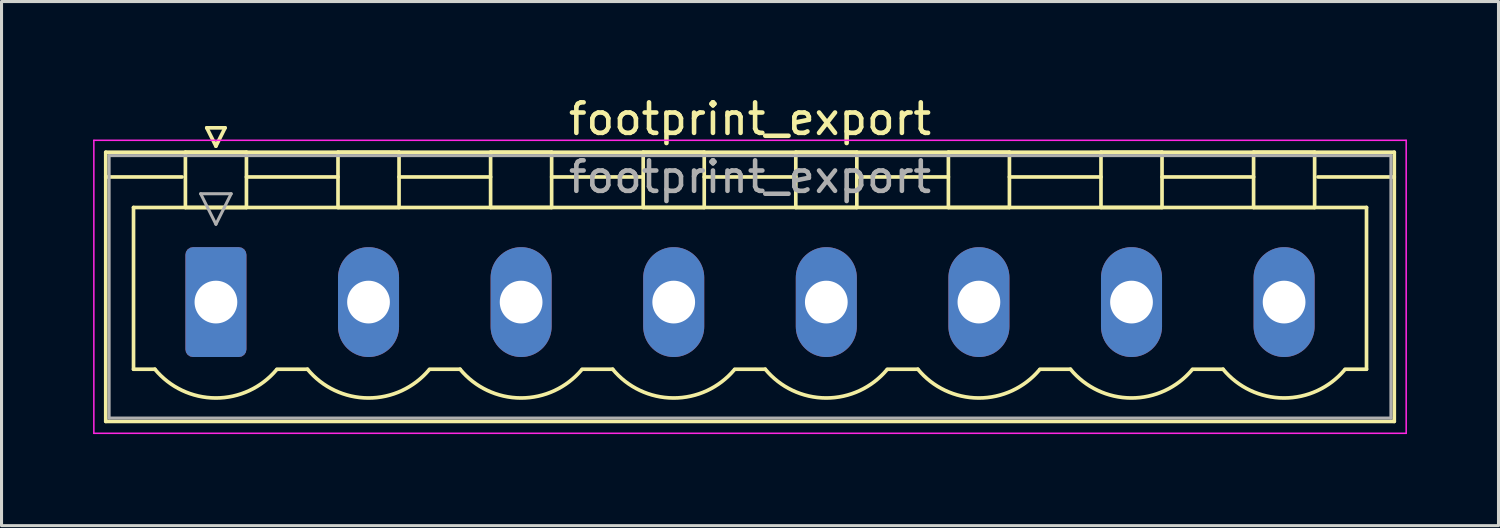
<source format=kicad_pcb>
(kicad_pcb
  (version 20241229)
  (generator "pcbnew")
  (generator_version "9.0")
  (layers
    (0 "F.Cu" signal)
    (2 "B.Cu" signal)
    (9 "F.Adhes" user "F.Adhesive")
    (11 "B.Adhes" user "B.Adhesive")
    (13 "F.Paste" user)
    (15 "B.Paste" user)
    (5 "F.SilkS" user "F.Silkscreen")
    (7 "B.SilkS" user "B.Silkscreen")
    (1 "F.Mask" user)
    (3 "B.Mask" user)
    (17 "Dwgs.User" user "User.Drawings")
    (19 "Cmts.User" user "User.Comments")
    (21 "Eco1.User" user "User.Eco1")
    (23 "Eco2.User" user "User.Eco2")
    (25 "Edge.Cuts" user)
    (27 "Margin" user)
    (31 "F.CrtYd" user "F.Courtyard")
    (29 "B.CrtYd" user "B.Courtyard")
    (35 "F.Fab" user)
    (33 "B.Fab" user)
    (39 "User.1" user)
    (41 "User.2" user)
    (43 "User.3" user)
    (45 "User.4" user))
  (footprint "footprint_export"
    (layer "F.Cu")
    (at 4.025 6.848)
    (property "Reference" "footprint_export" (at 17.5 -6 0) (layer "F.SilkS") (effects (font (size 1 1) (thickness 0.15))))
    (attr through_hole)
    (fp_line (start -3.61 -4.91) (end -3.61 3.91) (stroke (width 0.12) (type solid)) (layer "F.SilkS"))
    (fp_line (start -3.61 -4.1) (end -1.11 -4.1) (stroke (width 0.12) (type solid)) (layer "F.SilkS"))
    (fp_line (start -3.61 3.91) (end 38.61 3.91) (stroke (width 0.12) (type solid)) (layer "F.SilkS"))
    (fp_line (start -2.7 -3.1) (end 37.7 -3.1) (stroke (width 0.12) (type solid)) (layer "F.SilkS"))
    (fp_line (start -2.7 2.2) (end -2.7 -3.1) (stroke (width 0.12) (type solid)) (layer "F.SilkS"))
    (fp_line (start -2 2.2) (end -2.7 2.2) (stroke (width 0.12) (type solid)) (layer "F.SilkS"))
    (fp_line (start -1 -4.91) (end 1 -4.91) (stroke (width 0.12) (type solid)) (layer "F.SilkS"))
    (fp_line (start -1 -3.1) (end -1 -4.91) (stroke (width 0.12) (type solid)) (layer "F.SilkS"))
    (fp_line (start -0.3 -5.71) (end 0.3 -5.71) (stroke (width 0.12) (type solid)) (layer "F.SilkS"))
    (fp_line (start 0 -5.11) (end -0.3 -5.71) (stroke (width 0.12) (type solid)) (layer "F.SilkS"))
    (fp_line (start 0.3 -5.71) (end 0 -5.11) (stroke (width 0.12) (type solid)) (layer "F.SilkS"))
    (fp_line (start 1 -4.91) (end 1 -3.1) (stroke (width 0.12) (type solid)) (layer "F.SilkS"))
    (fp_line (start 1 -4.1) (end 4 -4.1) (stroke (width 0.12) (type solid)) (layer "F.SilkS"))
    (fp_line (start 1 -3.1) (end -1 -3.1) (stroke (width 0.12) (type solid)) (layer "F.SilkS"))
    (fp_line (start 2 2.2) (end 3 2.2) (stroke (width 0.12) (type solid)) (layer "F.SilkS"))
    (fp_line (start 4 -4.91) (end 6 -4.91) (stroke (width 0.12) (type solid)) (layer "F.SilkS"))
    (fp_line (start 4 -3.1) (end 4 -4.91) (stroke (width 0.12) (type solid)) (layer "F.SilkS"))
    (fp_line (start 6 -4.91) (end 6 -3.1) (stroke (width 0.12) (type solid)) (layer "F.SilkS"))
    (fp_line (start 6 -4.1) (end 9 -4.1) (stroke (width 0.12) (type solid)) (layer "F.SilkS"))
    (fp_line (start 6 -3.1) (end 4 -3.1) (stroke (width 0.12) (type solid)) (layer "F.SilkS"))
    (fp_line (start 7 2.2) (end 8 2.2) (stroke (width 0.12) (type solid)) (layer "F.SilkS"))
    (fp_line (start 9 -4.91) (end 11 -4.91) (stroke (width 0.12) (type solid)) (layer "F.SilkS"))
    (fp_line (start 9 -3.1) (end 9 -4.91) (stroke (width 0.12) (type solid)) (layer "F.SilkS"))
    (fp_line (start 11 -4.91) (end 11 -3.1) (stroke (width 0.12) (type solid)) (layer "F.SilkS"))
    (fp_line (start 11 -4.1) (end 14 -4.1) (stroke (width 0.12) (type solid)) (layer "F.SilkS"))
    (fp_line (start 11 -3.1) (end 9 -3.1) (stroke (width 0.12) (type solid)) (layer "F.SilkS"))
    (fp_line (start 12 2.2) (end 13 2.2) (stroke (width 0.12) (type solid)) (layer "F.SilkS"))
    (fp_line (start 14 -4.91) (end 16 -4.91) (stroke (width 0.12) (type solid)) (layer "F.SilkS"))
    (fp_line (start 14 -3.1) (end 14 -4.91) (stroke (width 0.12) (type solid)) (layer "F.SilkS"))
    (fp_line (start 16 -4.91) (end 16 -3.1) (stroke (width 0.12) (type solid)) (layer "F.SilkS"))
    (fp_line (start 16 -4.1) (end 19 -4.1) (stroke (width 0.12) (type solid)) (layer "F.SilkS"))
    (fp_line (start 16 -3.1) (end 14 -3.1) (stroke (width 0.12) (type solid)) (layer "F.SilkS"))
    (fp_line (start 17 2.2) (end 18 2.2) (stroke (width 0.12) (type solid)) (layer "F.SilkS"))
    (fp_line (start 19 -4.91) (end 21 -4.91) (stroke (width 0.12) (type solid)) (layer "F.SilkS"))
    (fp_line (start 19 -3.1) (end 19 -4.91) (stroke (width 0.12) (type solid)) (layer "F.SilkS"))
    (fp_line (start 21 -4.91) (end 21 -3.1) (stroke (width 0.12) (type solid)) (layer "F.SilkS"))
    (fp_line (start 21 -4.1) (end 24 -4.1) (stroke (width 0.12) (type solid)) (layer "F.SilkS"))
    (fp_line (start 21 -3.1) (end 19 -3.1) (stroke (width 0.12) (type solid)) (layer "F.SilkS"))
    (fp_line (start 22 2.2) (end 23 2.2) (stroke (width 0.12) (type solid)) (layer "F.SilkS"))
    (fp_line (start 24 -4.91) (end 26 -4.91) (stroke (width 0.12) (type solid)) (layer "F.SilkS"))
    (fp_line (start 24 -3.1) (end 24 -4.91) (stroke (width 0.12) (type solid)) (layer "F.SilkS"))
    (fp_line (start 26 -4.91) (end 26 -3.1) (stroke (width 0.12) (type solid)) (layer "F.SilkS"))
    (fp_line (start 26 -4.1) (end 29 -4.1) (stroke (width 0.12) (type solid)) (layer "F.SilkS"))
    (fp_line (start 26 -3.1) (end 24 -3.1) (stroke (width 0.12) (type solid)) (layer "F.SilkS"))
    (fp_line (start 27 2.2) (end 28 2.2) (stroke (width 0.12) (type solid)) (layer "F.SilkS"))
    (fp_line (start 29 -4.91) (end 31 -4.91) (stroke (width 0.12) (type solid)) (layer "F.SilkS"))
    (fp_line (start 29 -3.1) (end 29 -4.91) (stroke (width 0.12) (type solid)) (layer "F.SilkS"))
    (fp_line (start 31 -4.91) (end 31 -3.1) (stroke (width 0.12) (type solid)) (layer "F.SilkS"))
    (fp_line (start 31 -4.1) (end 34 -4.1) (stroke (width 0.12) (type solid)) (layer "F.SilkS"))
    (fp_line (start 31 -3.1) (end 29 -3.1) (stroke (width 0.12) (type solid)) (layer "F.SilkS"))
    (fp_line (start 32 2.2) (end 33 2.2) (stroke (width 0.12) (type solid)) (layer "F.SilkS"))
    (fp_line (start 34 -4.91) (end 36 -4.91) (stroke (width 0.12) (type solid)) (layer "F.SilkS"))
    (fp_line (start 34 -3.1) (end 34 -4.91) (stroke (width 0.12) (type solid)) (layer "F.SilkS"))
    (fp_line (start 36 -4.91) (end 36 -3.1) (stroke (width 0.12) (type solid)) (layer "F.SilkS"))
    (fp_line (start 36 -3.1) (end 34 -3.1) (stroke (width 0.12) (type solid)) (layer "F.SilkS"))
    (fp_line (start 37.7 -3.1) (end 37.7 2.2) (stroke (width 0.12) (type solid)) (layer "F.SilkS"))
    (fp_line (start 37.7 2.2) (end 37 2.2) (stroke (width 0.12) (type solid)) (layer "F.SilkS"))
    (fp_line (start 38.61 -4.91) (end -3.61 -4.91) (stroke (width 0.12) (type solid)) (layer "F.SilkS"))
    (fp_line (start 38.61 -4.1) (end 36.11 -4.1) (stroke (width 0.12) (type solid)) (layer "F.SilkS"))
    (fp_line (start 38.61 3.91) (end 38.61 -4.91) (stroke (width 0.12) (type solid)) (layer "F.SilkS"))
    (fp_arc (start 1.986842 2.215821) (mid -0.010289 3.142758) (end -2 2.2) (stroke (width 0.12) (type solid)) (layer "F.SilkS"))
    (fp_arc (start 6.986842 2.215821) (mid 4.989711 3.142758) (end 3 2.2) (stroke (width 0.12) (type solid)) (layer "F.SilkS"))
    (fp_arc (start 11.986842 2.215821) (mid 9.989711 3.142758) (end 8 2.2) (stroke (width 0.12) (type solid)) (layer "F.SilkS"))
    (fp_arc (start 16.986842 2.215821) (mid 14.989711 3.142758) (end 13 2.2) (stroke (width 0.12) (type solid)) (layer "F.SilkS"))
    (fp_arc (start 21.986842 2.215821) (mid 19.989711 3.142758) (end 18 2.2) (stroke (width 0.12) (type solid)) (layer "F.SilkS"))
    (fp_arc (start 26.986842 2.215821) (mid 24.989711 3.142758) (end 23 2.2) (stroke (width 0.12) (type solid)) (layer "F.SilkS"))
    (fp_arc (start 31.986842 2.215821) (mid 29.989711 3.142758) (end 28 2.2) (stroke (width 0.12) (type solid)) (layer "F.SilkS"))
    (fp_arc (start 36.986842 2.215821) (mid 34.989711 3.142758) (end 33 2.2) (stroke (width 0.12) (type solid)) (layer "F.SilkS"))
    (fp_line (start -4 -5.3) (end -4 4.3) (stroke (width 0.05) (type solid)) (layer "F.CrtYd"))
    (fp_line (start -4 4.3) (end 39 4.3) (stroke (width 0.05) (type solid)) (layer "F.CrtYd"))
    (fp_line (start 39 -5.3) (end -4 -5.3) (stroke (width 0.05) (type solid)) (layer "F.CrtYd"))
    (fp_line (start 39 4.3) (end 39 -5.3) (stroke (width 0.05) (type solid)) (layer "F.CrtYd"))
    (fp_line (start -3.5 -4.8) (end -3.5 3.8) (stroke (width 0.1) (type solid)) (layer "F.Fab"))
    (fp_line (start -3.5 3.8) (end 38.5 3.8) (stroke (width 0.1) (type solid)) (layer "F.Fab"))
    (fp_line (start -0.5 -3.55) (end 0.5 -3.55) (stroke (width 0.1) (type solid)) (layer "F.Fab"))
    (fp_line (start 0 -2.55) (end -0.5 -3.55) (stroke (width 0.1) (type solid)) (layer "F.Fab"))
    (fp_line (start 0.5 -3.55) (end 0 -2.55) (stroke (width 0.1) (type solid)) (layer "F.Fab"))
    (fp_line (start 38.5 -4.8) (end -3.5 -4.8) (stroke (width 0.1) (type solid)) (layer "F.Fab"))
    (fp_line (start 38.5 3.8) (end 38.5 -4.8) (stroke (width 0.1) (type solid)) (layer "F.Fab"))
    (fp_text user "${REFERENCE}" (at 17.5 -4.1 0) (layer "F.Fab") (effects (font (size 1 1) (thickness 0.15))))
    (pad "1" thru_hole roundrect (at 0 0) (size 2 3.6) (drill 1.4) (layers "*.Cu" "*.Mask") (roundrect_rratio 0.125))
    (pad "2" thru_hole oval (at 5 0) (size 2 3.6) (drill 1.4) (layers "*.Cu" "*.Mask"))
    (pad "3" thru_hole oval (at 10 0) (size 2 3.6) (drill 1.4) (layers "*.Cu" "*.Mask"))
    (pad "4" thru_hole oval (at 15 0) (size 2 3.6) (drill 1.4) (layers "*.Cu" "*.Mask"))
    (pad "5" thru_hole oval (at 20 0) (size 2 3.6) (drill 1.4) (layers "*.Cu" "*.Mask"))
    (pad "6" thru_hole oval (at 25 0) (size 2 3.6) (drill 1.4) (layers "*.Cu" "*.Mask"))
    (pad "7" thru_hole oval (at 30 0) (size 2 3.6) (drill 1.4) (layers "*.Cu" "*.Mask"))
    (pad "8" thru_hole oval (at 35 0) (size 2 3.6) (drill 1.4) (layers "*.Cu" "*.Mask")))
  (gr_rect
    (start -3 -3)
    (end 46.05 14.173)
    (stroke (width 0.1) (type default))
    (fill no)
    (layer "Edge.Cuts")))
</source>
